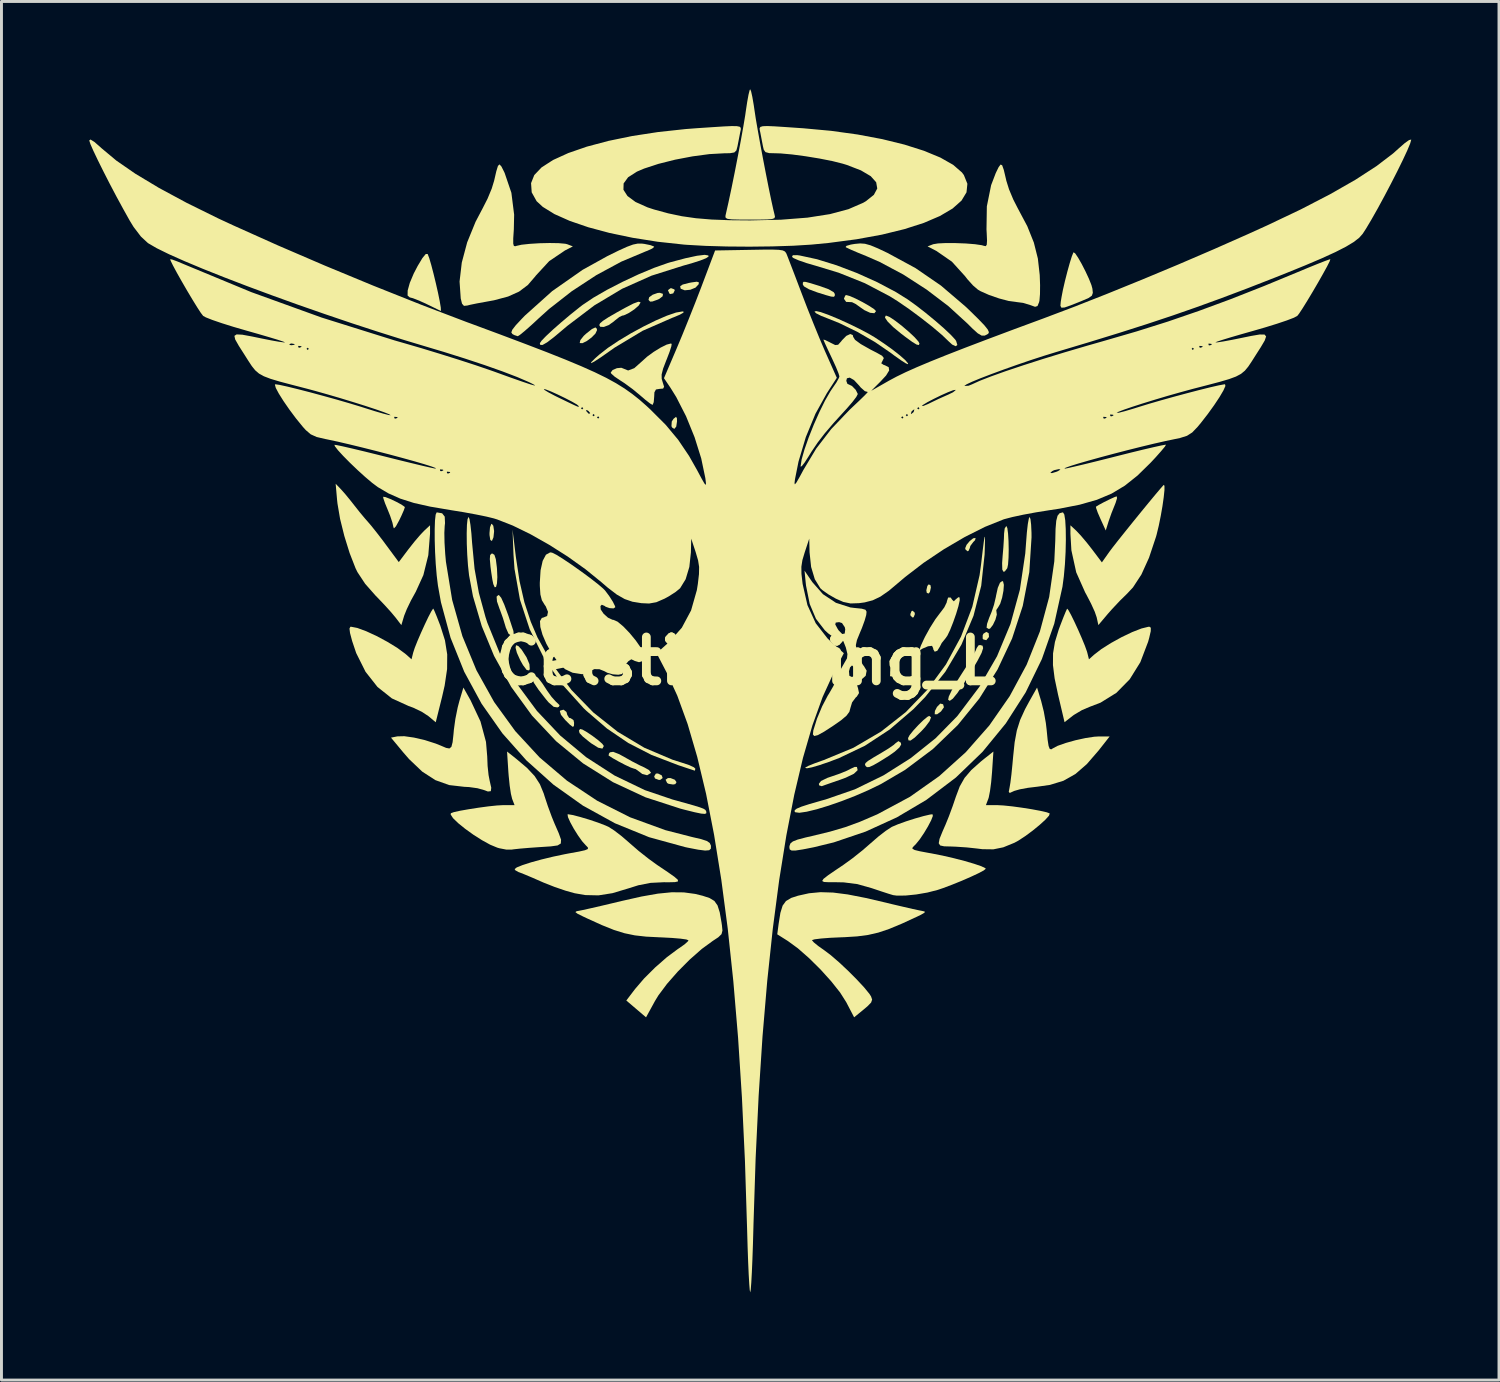
<source format=kicad_pcb>
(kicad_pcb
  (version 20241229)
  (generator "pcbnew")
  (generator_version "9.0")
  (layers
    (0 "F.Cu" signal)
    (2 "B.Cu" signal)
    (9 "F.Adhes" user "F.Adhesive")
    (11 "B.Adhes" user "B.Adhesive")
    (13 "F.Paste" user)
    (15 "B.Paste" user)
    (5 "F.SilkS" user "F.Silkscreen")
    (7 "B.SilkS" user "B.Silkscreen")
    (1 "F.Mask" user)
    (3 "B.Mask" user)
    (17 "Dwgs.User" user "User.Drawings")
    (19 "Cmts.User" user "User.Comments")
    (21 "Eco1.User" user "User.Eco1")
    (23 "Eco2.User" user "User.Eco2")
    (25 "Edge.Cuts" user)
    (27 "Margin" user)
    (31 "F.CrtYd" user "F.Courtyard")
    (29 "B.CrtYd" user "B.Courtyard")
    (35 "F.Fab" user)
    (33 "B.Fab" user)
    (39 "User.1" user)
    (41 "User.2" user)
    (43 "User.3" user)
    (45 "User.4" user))
  (footprint "CelstialBeing_L"
    (layer "F.Cu")
    (at 22.43 19.538)
    (property "Reference" "CelstialBeing_L" (at 0 0 0) (layer "F.SilkS") (effects (font (size 1.5 1.5) (thickness 0.3))))
    (attr board_only exclude_from_pos_files exclude_from_bom)
    (fp_poly (pts (xy -2.866 3.909) (xy -2.836 3.999) (xy -2.917 4.06) (xy -2.963 4.064) (xy -3.098 4.014) (xy -3.126 3.941) (xy -3.068 3.847) (xy -2.996 3.843)) (stroke (width 0) (type solid)) (fill yes) (layer "F.SilkS"))
    (fp_poly (pts (xy -2.436 -12.699) (xy -2.423 -12.666) (xy -2.474 -12.563) (xy -2.575 -12.539) (xy -2.607 -12.559) (xy -2.655 -12.672) (xy -2.571 -12.737) (xy -2.54 -12.739)) (stroke (width 0) (type solid)) (fill yes) (layer "F.SilkS"))
    (fp_poly (pts (xy 5.775 -1.656) (xy 5.783 -1.602) (xy 5.741 -1.498) (xy 5.705 -1.485) (xy 5.636 -1.548) (xy 5.627 -1.602) (xy 5.669 -1.706) (xy 5.705 -1.719)) (stroke (width 0) (type solid)) (fill yes) (layer "F.SilkS"))
    (fp_poly (pts (xy 6.314 -2.595) (xy 6.33 -2.51) (xy 6.296 -2.359) (xy 6.252 -2.306) (xy 6.19 -2.329) (xy 6.174 -2.414) (xy 6.209 -2.565) (xy 6.252 -2.618)) (stroke (width 0) (type solid)) (fill yes) (layer "F.SilkS"))
    (fp_poly (pts (xy -2.566 4) (xy -2.422 4.056) (xy -2.362 4.14) (xy -2.404 4.207) (xy -2.481 4.22) (xy -2.633 4.196) (xy -2.683 4.168) (xy -2.736 4.057) (xy -2.656 3.999)) (stroke (width 0) (type solid)) (fill yes) (layer "F.SilkS"))
    (fp_poly (pts (xy -2.348 -8.292) (xy -2.345 -8.188) (xy -2.372 -8.01) (xy -2.437 -7.932) (xy -2.511 -7.977) (xy -2.535 -8.025) (xy -2.525 -8.184) (xy -2.465 -8.276) (xy -2.378 -8.345)) (stroke (width 0) (type solid)) (fill yes) (layer "F.SilkS"))
    (fp_poly (pts (xy 8.305 -0.949) (xy 8.315 -0.829) (xy 8.312 -0.818) (xy 8.223 -0.712) (xy 8.12 -0.738) (xy 8.099 -0.766) (xy 8.1 -0.879) (xy 8.124 -0.932) (xy 8.22 -0.996)) (stroke (width 0) (type solid)) (fill yes) (layer "F.SilkS"))
    (fp_poly (pts (xy 6.744 1.477) (xy 6.747 1.479) (xy 6.776 1.58) (xy 6.677 1.72) (xy 6.669 1.728) (xy 6.542 1.821) (xy 6.461 1.819) (xy 6.46 1.818) (xy 6.467 1.707) (xy 6.538 1.569) (xy 6.651 1.454)) (stroke (width 0) (type solid)) (fill yes) (layer "F.SilkS"))
    (fp_poly (pts (xy -8.623 -4.621) (xy -8.597 -4.452) (xy -8.597 -4.42) (xy -8.618 -4.226) (xy -8.668 -4.108) (xy -8.675 -4.103) (xy -8.726 -4.138) (xy -8.752 -4.303) (xy -8.753 -4.372) (xy -8.736 -4.569) (xy -8.693 -4.68) (xy -8.675 -4.689)) (stroke (width 0) (type solid)) (fill yes) (layer "F.SilkS"))
    (fp_poly (pts (xy -7.768 -0.512) (xy -7.656 -0.39) (xy -7.487 -0.127) (xy -7.389 0.107) (xy -7.377 0.277) (xy -7.402 0.321) (xy -7.483 0.306) (xy -7.608 0.141) (xy -7.704 -0.03) (xy -7.817 -0.28) (xy -7.863 -0.456) (xy -7.846 -0.54)) (stroke (width 0) (type solid)) (fill yes) (layer "F.SilkS"))
    (fp_poly (pts (xy -2.826 -12.547) (xy -2.836 -12.465) (xy -2.955 -12.372) (xy -3.014 -12.346) (xy -3.184 -12.286) (xy -3.264 -12.281) (xy -3.311 -12.331) (xy -3.319 -12.344) (xy -3.297 -12.43) (xy -3.176 -12.518) (xy -3.01 -12.576) (xy -2.936 -12.583)) (stroke (width 0) (type solid)) (fill yes) (layer "F.SilkS"))
    (fp_poly (pts (xy -1.597 -12.938) (xy -1.607 -12.873) (xy -1.714 -12.759) (xy -1.894 -12.686) (xy -2.082 -12.668) (xy -2.214 -12.72) (xy -2.224 -12.734) (xy -2.237 -12.808) (xy -2.151 -12.865) (xy -1.942 -12.919) (xy -1.855 -12.936) (xy -1.667 -12.962)) (stroke (width 0) (type solid)) (fill yes) (layer "F.SilkS"))
    (fp_poly (pts (xy -5.084 -11.354) (xy -5.08 -11.303) (xy -5.133 -11.19) (xy -5.264 -11.056) (xy -5.426 -10.936) (xy -5.576 -10.861) (xy -5.667 -10.865) (xy -5.67 -10.87) (xy -5.648 -10.967) (xy -5.532 -11.112) (xy -5.46 -11.179) (xy -5.253 -11.344) (xy -5.134 -11.4)) (stroke (width 0) (type solid)) (fill yes) (layer "F.SilkS"))
    (fp_poly (pts (xy 7.857 -4.205) (xy 7.84 -4.13) (xy 7.778 -4.066) (xy 7.678 -3.932) (xy 7.659 -3.859) (xy 7.614 -3.761) (xy 7.581 -3.751) (xy 7.51 -3.814) (xy 7.503 -3.857) (xy 7.549 -3.97) (xy 7.656 -4.098) (xy 7.775 -4.193) (xy 7.856 -4.206)) (stroke (width 0) (type solid)) (fill yes) (layer "F.SilkS"))
    (fp_poly (pts (xy -6.123 1.74) (xy -6.096 1.841) (xy -6.033 1.941) (xy -5.979 1.954) (xy -5.883 2.019) (xy -5.862 2.11) (xy -5.869 2.225) (xy -5.909 2.249) (xy -6.007 2.174) (xy -6.165 2.017) (xy -6.31 1.839) (xy -6.349 1.717) (xy -6.338 1.695) (xy -6.223 1.662)) (stroke (width 0) (type solid)) (fill yes) (layer "F.SilkS"))
    (fp_poly (pts (xy -5.578 2.342) (xy -5.421 2.432) (xy -5.228 2.563) (xy -5.039 2.705) (xy -4.898 2.83) (xy -4.846 2.904) (xy -4.895 2.993) (xy -5.039 2.962) (xy -5.276 2.813) (xy -5.343 2.762) (xy -5.565 2.581) (xy -5.676 2.463) (xy -5.696 2.38) (xy -5.658 2.323)) (stroke (width 0) (type solid)) (fill yes) (layer "F.SilkS"))
    (fp_poly (pts (xy 5.126 -0.306) (xy 5.137 -0.173) (xy 5.135 0.033) (xy 5.108 0.339) (xy 5.05 0.501) (xy 5.01 0.532) (xy 4.933 0.518) (xy 4.941 0.41) (xy 4.947 0.231) (xy 4.918 0.147) (xy 4.91 0.002) (xy 4.957 -0.076) (xy 5.068 -0.236) (xy 5.105 -0.313)) (stroke (width 0) (type solid)) (fill yes) (layer "F.SilkS"))
    (fp_poly (pts (xy 6.335 1.924) (xy 6.285 2.057) (xy 6.134 2.257) (xy 6.002 2.4) (xy 5.776 2.617) (xy 5.635 2.718) (xy 5.564 2.711) (xy 5.549 2.634) (xy 5.601 2.535) (xy 5.732 2.372) (xy 5.903 2.186) (xy 6.078 2.016) (xy 6.218 1.902) (xy 6.275 1.876)) (stroke (width 0) (type solid)) (fill yes) (layer "F.SilkS"))
    (fp_poly (pts (xy -8.586 -3.629) (xy -8.537 -3.48) (xy -8.502 -3.203) (xy -8.497 -3.146) (xy -8.485 -2.865) (xy -8.498 -2.652) (xy -8.53 -2.53) (xy -8.576 -2.521) (xy -8.624 -2.63) (xy -8.656 -2.786) (xy -8.694 -3.033) (xy -8.719 -3.224) (xy -8.742 -3.482) (xy -8.731 -3.62) (xy -8.683 -3.67) (xy -8.656 -3.673)) (stroke (width 0) (type solid)) (fill yes) (layer "F.SilkS"))
    (fp_poly (pts (xy -8.427 -2.249) (xy -8.352 -2.158) (xy -8.246 -1.923) (xy -8.105 -1.541) (xy -7.935 -1.023) (xy -7.925 -0.892) (xy -8.002 -0.86) (xy -8.104 -0.934) (xy -8.195 -1.14) (xy -8.21 -1.192) (xy -8.295 -1.471) (xy -8.391 -1.737) (xy -8.409 -1.781) (xy -8.497 -2.034) (xy -8.511 -2.199) (xy -8.451 -2.254)) (stroke (width 0) (type solid)) (fill yes) (layer "F.SilkS"))
    (fp_poly (pts (xy 12.691 -5.564) (xy 12.643 -5.407) (xy 12.614 -5.334) (xy 12.502 -5.055) (xy 12.402 -4.772) (xy 12.396 -4.751) (xy 12.305 -4.461) (xy 12.125 -4.855) (xy 12.03 -5.074) (xy 11.976 -5.228) (xy 11.97 -5.273) (xy 12.069 -5.335) (xy 12.246 -5.43) (xy 12.444 -5.528) (xy 12.609 -5.603) (xy 12.68 -5.627)) (stroke (width 0) (type solid)) (fill yes) (layer "F.SilkS"))
    (fp_poly (pts (xy 4.925 -11.752) (xy 5.115 -11.625) (xy 5.342 -11.449) (xy 5.573 -11.252) (xy 5.772 -11.066) (xy 5.904 -10.917) (xy 5.94 -10.848) (xy 5.919 -10.798) (xy 5.843 -10.813) (xy 5.693 -10.904) (xy 5.451 -11.081) (xy 5.314 -11.186) (xy 5.04 -11.412) (xy 4.852 -11.6) (xy 4.761 -11.734) (xy 4.782 -11.798) (xy 4.808 -11.801)) (stroke (width 0) (type solid)) (fill yes) (layer "F.SilkS"))
    (fp_poly (pts (xy -12.306 -5.601) (xy -12.141 -5.536) (xy -11.943 -5.443) (xy -11.764 -5.347) (xy -11.657 -5.272) (xy -11.646 -5.254) (xy -11.678 -5.158) (xy -11.761 -4.969) (xy -11.839 -4.806) (xy -11.951 -4.602) (xy -12.018 -4.532) (xy -12.036 -4.572) (xy -12.07 -4.727) (xy -12.149 -4.964) (xy -12.227 -5.158) (xy -12.322 -5.389) (xy -12.379 -5.555) (xy -12.388 -5.613)) (stroke (width 0) (type solid)) (fill yes) (layer "F.SilkS"))
    (fp_poly (pts (xy -7.092 0.576) (xy -6.953 0.756) (xy -6.782 1.016) (xy -6.632 1.225) (xy -6.483 1.391) (xy -6.457 1.413) (xy -6.358 1.51) (xy -6.381 1.563) (xy -6.433 1.586) (xy -6.56 1.565) (xy -6.733 1.414) (xy -6.825 1.306) (xy -7.081 0.976) (xy -7.236 0.745) (xy -7.299 0.596) (xy -7.277 0.515) (xy -7.267 0.507) (xy -7.191 0.5)) (stroke (width 0) (type solid)) (fill yes) (layer "F.SilkS"))
    (fp_poly (pts (xy 2.056 -12.954) (xy 2.218 -12.911) (xy 2.496 -12.825) (xy 2.532 -12.814) (xy 2.836 -12.704) (xy 3.01 -12.602) (xy 3.048 -12.541) (xy 3.044 -12.475) (xy 3.012 -12.446) (xy 2.921 -12.454) (xy 2.742 -12.504) (xy 2.444 -12.597) (xy 2.442 -12.598) (xy 2.165 -12.702) (xy 1.995 -12.801) (xy 1.954 -12.863) (xy 1.955 -12.928) (xy 1.979 -12.959)) (stroke (width 0) (type solid)) (fill yes) (layer "F.SilkS"))
    (fp_poly (pts (xy 3.803 3.62) (xy 3.827 3.73) (xy 3.698 3.853) (xy 3.417 3.988) (xy 3.235 4.055) (xy 2.957 4.151) (xy 2.731 4.23) (xy 2.604 4.276) (xy 2.6 4.277) (xy 2.514 4.251) (xy 2.501 4.197) (xy 2.576 4.099) (xy 2.794 3.993) (xy 2.95 3.94) (xy 3.227 3.844) (xy 3.467 3.745) (xy 3.578 3.687) (xy 3.724 3.619)) (stroke (width 0) (type solid)) (fill yes) (layer "F.SilkS"))
    (fp_poly (pts (xy 8.943 -4.54) (xy 8.967 -4.354) (xy 8.983 -4.095) (xy 8.989 -3.805) (xy 8.983 -3.525) (xy 8.966 -3.297) (xy 8.94 -3.172) (xy 8.858 -3.064) (xy 8.812 -3.048) (xy 8.77 -3.123) (xy 8.764 -3.344) (xy 8.78 -3.576) (xy 8.807 -3.891) (xy 8.825 -4.181) (xy 8.831 -4.357) (xy 8.852 -4.53) (xy 8.904 -4.61) (xy 8.91 -4.611)) (stroke (width 0) (type solid)) (fill yes) (layer "F.SilkS"))
    (fp_poly (pts (xy 3.565 -12.47) (xy 3.765 -12.382) (xy 3.997 -12.263) (xy 4.218 -12.137) (xy 4.385 -12.028) (xy 4.455 -11.958) (xy 4.455 -11.956) (xy 4.398 -11.885) (xy 4.254 -11.899) (xy 4.059 -11.989) (xy 3.932 -12.077) (xy 3.761 -12.199) (xy 3.639 -12.26) (xy 3.62 -12.263) (xy 3.434 -12.272) (xy 3.361 -12.375) (xy 3.361 -12.387) (xy 3.404 -12.491) (xy 3.441 -12.505)) (stroke (width 0) (type solid)) (fill yes) (layer "F.SilkS"))
    (fp_poly (pts (xy 8.097 -0.523) (xy 8.115 -0.439) (xy 8.062 -0.277) (xy 7.93 -0.021) (xy 7.733 0.318) (xy 7.453 0.772) (xy 7.237 1.093) (xy 7.079 1.287) (xy 6.975 1.361) (xy 6.919 1.323) (xy 6.942 1.212) (xy 7.043 1) (xy 7.208 0.712) (xy 7.384 0.435) (xy 7.584 0.124) (xy 7.747 -0.147) (xy 7.856 -0.346) (xy 7.894 -0.442) (xy 7.956 -0.535) (xy 8.011 -0.547)) (stroke (width 0) (type solid)) (fill yes) (layer "F.SilkS"))
    (fp_poly (pts (xy -3.599 -12.262) (xy -3.595 -12.243) (xy -3.657 -12.144) (xy -3.807 -12.014) (xy -3.992 -11.892) (xy -4.16 -11.813) (xy -4.221 -11.801) (xy -4.319 -11.753) (xy -4.472 -11.633) (xy -4.501 -11.606) (xy -4.678 -11.48) (xy -4.849 -11.415) (xy -4.97 -11.422) (xy -5.002 -11.48) (xy -4.974 -11.541) (xy -4.876 -11.625) (xy -4.69 -11.746) (xy -4.396 -11.916) (xy -4.123 -12.067) (xy -3.839 -12.214) (xy -3.669 -12.277)) (stroke (width 0) (type solid)) (fill yes) (layer "F.SilkS"))
    (fp_poly (pts (xy 5.302 2.79) (xy 5.314 2.854) (xy 5.253 2.955) (xy 5.092 3.1) (xy 4.904 3.233) (xy 4.58 3.436) (xy 4.361 3.562) (xy 4.223 3.623) (xy 4.144 3.627) (xy 4.098 3.587) (xy 4.098 3.587) (xy 4.077 3.536) (xy 4.098 3.484) (xy 4.184 3.412) (xy 4.359 3.302) (xy 4.645 3.134) (xy 4.668 3.12) (xy 4.893 2.982) (xy 5.06 2.866) (xy 5.122 2.809) (xy 5.221 2.737)) (stroke (width 0) (type solid)) (fill yes) (layer "F.SilkS"))
    (fp_poly (pts (xy -4.324 3.182) (xy -4.148 3.279) (xy -3.872 3.434) (xy -3.603 3.572) (xy -3.467 3.634) (xy -3.304 3.725) (xy -3.238 3.81) (xy -3.242 3.828) (xy -3.366 3.903) (xy -3.533 3.86) (xy -3.623 3.79) (xy -3.758 3.694) (xy -3.83 3.673) (xy -3.931 3.638) (xy -4.118 3.55) (xy -4.338 3.435) (xy -4.543 3.32) (xy -4.681 3.23) (xy -4.684 3.228) (xy -4.67 3.16) (xy -4.637 3.12) (xy -4.528 3.103)) (stroke (width 0) (type solid)) (fill yes) (layer "F.SilkS"))
    (fp_poly (pts (xy -2.124 -11.941) (xy -2.125 -11.905) (xy -2.248 -11.835) (xy -2.467 -11.743) (xy -2.501 -11.731) (xy -3.52 -11.285) (xy -4.484 -10.705) (xy -4.635 -10.598) (xy -4.96 -10.37) (xy -5.178 -10.229) (xy -5.284 -10.176) (xy -5.275 -10.213) (xy -5.147 -10.341) (xy -5.002 -10.47) (xy -4.702 -10.704) (xy -4.332 -10.951) (xy -3.918 -11.199) (xy -3.488 -11.432) (xy -3.069 -11.638) (xy -2.691 -11.801) (xy -2.379 -11.908) (xy -2.161 -11.945)) (stroke (width 0) (type solid)) (fill yes) (layer "F.SilkS"))
    (fp_poly (pts (xy 8.797 -2.717) (xy 8.824 -2.602) (xy 8.809 -2.399) (xy 8.764 -2.164) (xy 8.699 -1.958) (xy 8.635 -1.847) (xy 8.564 -1.74) (xy 8.569 -1.695) (xy 8.583 -1.587) (xy 8.535 -1.413) (xy 8.45 -1.234) (xy 8.356 -1.113) (xy 8.312 -1.094) (xy 8.233 -1.138) (xy 8.249 -1.27) (xy 8.319 -1.471) (xy 8.405 -1.68) (xy 8.486 -1.92) (xy 8.551 -2.196) (xy 8.556 -2.229) (xy 8.616 -2.501) (xy 8.691 -2.677) (xy 8.769 -2.733)) (stroke (width 0) (type solid)) (fill yes) (layer "F.SilkS"))
    (fp_poly (pts (xy -10.864 -13.903) (xy -10.811 -13.764) (xy -10.742 -13.528) (xy -10.664 -13.23) (xy -10.585 -12.903) (xy -10.512 -12.58) (xy -10.454 -12.295) (xy -10.418 -12.081) (xy -10.412 -11.971) (xy -10.419 -11.964) (xy -10.491 -11.998) (xy -10.665 -12.083) (xy -10.902 -12.198) (xy -11.158 -12.315) (xy -11.368 -12.397) (xy -11.479 -12.426) (xy -11.552 -12.489) (xy -11.549 -12.662) (xy -11.477 -12.921) (xy -11.342 -13.242) (xy -11.209 -13.497) (xy -11.044 -13.772) (xy -10.932 -13.907) (xy -10.867 -13.909)) (stroke (width 0) (type solid)) (fill yes) (layer "F.SilkS"))
    (fp_poly (pts (xy 2.566 -11.923) (xy 2.826 -11.83) (xy 3.155 -11.694) (xy 3.517 -11.53) (xy 3.878 -11.355) (xy 4.203 -11.183) (xy 4.405 -11.064) (xy 4.726 -10.851) (xy 5.025 -10.637) (xy 5.278 -10.438) (xy 5.46 -10.276) (xy 5.549 -10.17) (xy 5.549 -10.142) (xy 5.474 -10.171) (xy 5.306 -10.278) (xy 5.076 -10.441) (xy 4.963 -10.526) (xy 4.429 -10.893) (xy 3.826 -11.243) (xy 3.219 -11.539) (xy 2.853 -11.687) (xy 2.581 -11.794) (xy 2.408 -11.882) (xy 2.35 -11.94) (xy 2.408 -11.958)) (stroke (width 0) (type solid)) (fill yes) (layer "F.SilkS"))
    (fp_poly (pts (xy 11.261 -13.929) (xy 11.36 -13.783) (xy 11.484 -13.566) (xy 11.613 -13.314) (xy 11.73 -13.062) (xy 11.816 -12.846) (xy 11.849 -12.724) (xy 11.864 -12.58) (xy 11.831 -12.485) (xy 11.72 -12.406) (xy 11.501 -12.311) (xy 11.435 -12.284) (xy 11.106 -12.153) (xy 10.9 -12.081) (xy 10.791 -12.073) (xy 10.756 -12.137) (xy 10.768 -12.277) (xy 10.795 -12.44) (xy 10.842 -12.685) (xy 10.912 -12.988) (xy 10.993 -13.306) (xy 11.075 -13.601) (xy 11.147 -13.831) (xy 11.199 -13.958) (xy 11.205 -13.967)) (stroke (width 0) (type solid)) (fill yes) (layer "F.SilkS"))
    (fp_poly (pts (xy -3.458 -14.253) (xy -3.256 -14.212) (xy -3.138 -14.167) (xy -3.126 -14.151) (xy -3.192 -14.095) (xy -3.357 -14.019) (xy -3.419 -13.996) (xy -4.249 -13.647) (xy -5.104 -13.185) (xy -5.942 -12.636) (xy -6.72 -12.028) (xy -7.061 -11.72) (xy -7.326 -11.475) (xy -7.553 -11.275) (xy -7.715 -11.143) (xy -7.787 -11.099) (xy -7.906 -11.138) (xy -7.972 -11.175) (xy -8.007 -11.229) (xy -7.973 -11.322) (xy -7.856 -11.473) (xy -7.641 -11.703) (xy -7.542 -11.805) (xy -6.609 -12.642) (xy -5.569 -13.369) (xy -4.728 -13.835) (xy -4.338 -14.027) (xy -4.055 -14.155) (xy -3.849 -14.231) (xy -3.689 -14.264) (xy -3.545 -14.264)) (stroke (width 0) (type solid)) (fill yes) (layer "F.SilkS"))
    (fp_poly (pts (xy 4.078 -14.258) (xy 4.267 -14.205) (xy 4.518 -14.101) (xy 4.846 -13.946) (xy 5.805 -13.426) (xy 6.675 -12.828) (xy 7.508 -12.117) (xy 7.633 -11.999) (xy 7.945 -11.693) (xy 8.154 -11.476) (xy 8.272 -11.329) (xy 8.313 -11.237) (xy 8.29 -11.184) (xy 8.284 -11.18) (xy 8.171 -11.12) (xy 8.063 -11.121) (xy 7.931 -11.198) (xy 7.744 -11.367) (xy 7.578 -11.533) (xy 6.931 -12.124) (xy 6.183 -12.693) (xy 5.385 -13.208) (xy 4.583 -13.635) (xy 4.129 -13.834) (xy 3.832 -13.955) (xy 3.59 -14.059) (xy 3.441 -14.13) (xy 3.415 -14.147) (xy 3.446 -14.187) (xy 3.596 -14.231) (xy 3.727 -14.253) (xy 3.912 -14.27)) (stroke (width 0) (type solid)) (fill yes) (layer "F.SilkS"))
    (fp_poly (pts (xy -7.853 -3.563) (xy -7.727 -2.731) (xy -7.561 -2.006) (xy -7.342 -1.34) (xy -7.113 -0.804) (xy -6.592 0.132) (xy -5.951 0.991) (xy -5.204 1.759) (xy -4.369 2.421) (xy -3.461 2.964) (xy -2.498 3.373) (xy -2.169 3.477) (xy -1.93 3.556) (xy -1.768 3.632) (xy -1.719 3.679) (xy -1.735 3.746) (xy -1.739 3.746) (xy -1.817 3.721) (xy -2.005 3.659) (xy -2.265 3.572) (xy -2.307 3.558) (xy -3.214 3.21) (xy -4.011 2.801) (xy -4.739 2.307) (xy -5.443 1.701) (xy -5.537 1.611) (xy -6.286 0.78) (xy -6.902 -0.122) (xy -7.379 -1.084) (xy -7.712 -2.096) (xy -7.899 -3.149) (xy -7.933 -3.634) (xy -7.966 -4.494)) (stroke (width 0) (type solid)) (fill yes) (layer "F.SilkS"))
    (fp_poly (pts (xy -1.275 -13.859) (xy -1.267 -13.822) (xy -1.351 -13.765) (xy -1.555 -13.684) (xy -1.846 -13.591) (xy -2.128 -13.512) (xy -3.216 -13.168) (xy -4.219 -12.721) (xy -5.168 -12.154) (xy -6.096 -11.45) (xy -6.215 -11.349) (xy -6.551 -11.067) (xy -6.788 -10.887) (xy -6.939 -10.801) (xy -7.016 -10.8) (xy -7.034 -10.858) (xy -6.976 -10.944) (xy -6.82 -11.106) (xy -6.588 -11.322) (xy -6.304 -11.572) (xy -5.992 -11.835) (xy -5.675 -12.089) (xy -5.572 -12.168) (xy -5.209 -12.412) (xy -4.741 -12.682) (xy -4.209 -12.956) (xy -3.657 -13.215) (xy -3.127 -13.436) (xy -2.662 -13.6) (xy -2.579 -13.625) (xy -2.059 -13.763) (xy -1.664 -13.848) (xy -1.401 -13.88)) (stroke (width 0) (type solid)) (fill yes) (layer "F.SilkS"))
    (fp_poly (pts (xy 1.851 -13.857) (xy 2.441 -13.729) (xy 3.109 -13.522) (xy 3.809 -13.255) (xy 4.497 -12.945) (xy 5.128 -12.611) (xy 5.535 -12.358) (xy 5.831 -12.145) (xy 6.155 -11.893) (xy 6.479 -11.627) (xy 6.773 -11.371) (xy 7.009 -11.148) (xy 7.161 -10.984) (xy 7.192 -10.938) (xy 7.234 -10.799) (xy 7.179 -10.757) (xy 7.056 -10.814) (xy 6.948 -10.913) (xy 6.71 -11.141) (xy 6.377 -11.423) (xy 5.988 -11.728) (xy 5.581 -12.029) (xy 5.193 -12.296) (xy 4.924 -12.464) (xy 4.072 -12.911) (xy 3.181 -13.268) (xy 2.414 -13.501) (xy 2.082 -13.598) (xy 1.812 -13.691) (xy 1.635 -13.769) (xy 1.584 -13.81) (xy 1.612 -13.867) (xy 1.764 -13.869)) (stroke (width 0) (type solid)) (fill yes) (layer "F.SilkS"))
    (fp_poly (pts (xy 7.311 -2.171) (xy 7.315 -2.074) (xy 7.271 -1.874) (xy 7.192 -1.612) (xy 7.093 -1.33) (xy 6.989 -1.067) (xy 6.893 -0.866) (xy 6.826 -0.771) (xy 6.701 -0.617) (xy 6.637 -0.492) (xy 6.55 -0.351) (xy 6.461 -0.318) (xy 6.41 -0.402) (xy 6.409 -0.435) (xy 6.369 -0.519) (xy 6.233 -0.504) (xy 6.048 -0.426) (xy 5.956 -0.369) (xy 5.941 -0.394) (xy 5.99 -0.53) (xy 6.091 -0.75) (xy 6.133 -0.835) (xy 6.302 -1.141) (xy 6.483 -1.428) (xy 6.638 -1.635) (xy 6.644 -1.642) (xy 6.788 -1.833) (xy 6.87 -2.001) (xy 6.878 -2.046) (xy 6.919 -2.17) (xy 7.005 -2.17) (xy 7.06 -2.091) (xy 7.114 -2.04) (xy 7.18 -2.108) (xy 7.27 -2.181)) (stroke (width 0) (type solid)) (fill yes) (layer "F.SilkS"))
    (fp_poly (pts (xy 8.179 -4.131) (xy 8.173 -3.879) (xy 8.165 -3.634) (xy 8.05 -2.572) (xy 7.786 -1.545) (xy 7.375 -0.563) (xy 6.824 0.366) (xy 6.134 1.231) (xy 5.73 1.647) (xy 4.92 2.341) (xy 4.073 2.896) (xy 3.194 3.315) (xy 2.839 3.45) (xy 2.521 3.558) (xy 2.265 3.633) (xy 2.095 3.666) (xy 2.036 3.652) (xy 2.048 3.634) (xy 2.145 3.582) (xy 2.349 3.499) (xy 2.618 3.402) (xy 2.658 3.389) (xy 3.684 2.964) (xy 4.624 2.413) (xy 5.47 1.748) (xy 6.213 0.978) (xy 6.846 0.114) (xy 7.359 -0.833) (xy 7.745 -1.853) (xy 7.994 -2.935) (xy 8.044 -3.298) (xy 8.098 -3.758) (xy 8.137 -4.067) (xy 8.162 -4.229) (xy 8.176 -4.249)) (stroke (width 0) (type solid)) (fill yes) (layer "F.SilkS"))
    (fp_poly (pts (xy -9.398 1.346) (xy -9.061 2.065) (xy -8.873 2.764) (xy -8.831 3.26) (xy -8.818 3.587) (xy -8.785 3.897) (xy -8.748 4.088) (xy -8.693 4.331) (xy -8.708 4.447) (xy -8.807 4.459) (xy -8.949 4.407) (xy -9.164 4.347) (xy -9.452 4.307) (xy -9.613 4.299) (xy -10.131 4.239) (xy -10.603 4.07) (xy -11.052 3.779) (xy -11.5 3.353) (xy -11.694 3.13) (xy -12.119 2.618) (xy -11.902 2.575) (xy -11.665 2.569) (xy -11.334 2.616) (xy -10.96 2.703) (xy -10.591 2.821) (xy -10.417 2.891) (xy -10.237 2.968) (xy -10.123 2.989) (xy -10.055 2.932) (xy -10.014 2.774) (xy -9.983 2.493) (xy -9.97 2.345) (xy -9.919 1.978) (xy -9.84 1.586) (xy -9.784 1.372) (xy -9.645 0.907)) (stroke (width 0) (type solid)) (fill yes) (layer "F.SilkS"))
    (fp_poly (pts (xy 0.186 -19.467) (xy 0.229 -19.273) (xy 0.277 -18.993) (xy 0.303 -18.816) (xy 0.346 -18.532) (xy 0.413 -18.144) (xy 0.496 -17.682) (xy 0.59 -17.18) (xy 0.688 -16.672) (xy 0.783 -16.191) (xy 0.87 -15.77) (xy 0.942 -15.441) (xy 0.986 -15.26) (xy 1.002 -15.183) (xy 0.983 -15.133) (xy 0.903 -15.104) (xy 0.738 -15.089) (xy 0.461 -15.084) (xy 0.156 -15.084) (xy -0.223 -15.085) (xy -0.472 -15.091) (xy -0.617 -15.109) (xy -0.681 -15.143) (xy -0.692 -15.199) (xy -0.68 -15.26) (xy -0.589 -15.663) (xy -0.484 -16.156) (xy -0.374 -16.699) (xy -0.265 -17.257) (xy -0.164 -17.791) (xy -0.079 -18.265) (xy -0.016 -18.641) (xy 0.003 -18.776) (xy 0.052 -19.099) (xy 0.098 -19.354) (xy 0.137 -19.508) (xy 0.155 -19.538)) (stroke (width 0) (type solid)) (fill yes) (layer "F.SilkS"))
    (fp_poly (pts (xy 10.099 1.372) (xy 10.187 1.722) (xy 10.258 2.117) (xy 10.285 2.345) (xy 10.319 2.691) (xy 10.352 2.903) (xy 10.392 3.005) (xy 10.445 3.018) (xy 10.493 2.987) (xy 10.661 2.898) (xy 10.936 2.801) (xy 11.268 2.708) (xy 11.61 2.633) (xy 11.912 2.587) (xy 12.049 2.579) (xy 12.437 2.579) (xy 12.063 3.055) (xy 11.658 3.523) (xy 11.267 3.862) (xy 10.859 4.092) (xy 10.399 4.233) (xy 9.972 4.294) (xy 9.648 4.333) (xy 9.365 4.385) (xy 9.175 4.44) (xy 9.152 4.451) (xy 9.024 4.509) (xy 8.991 4.469) (xy 9.018 4.326) (xy 9.047 4.155) (xy 9.082 3.873) (xy 9.117 3.525) (xy 9.139 3.282) (xy 9.192 2.776) (xy 9.267 2.371) (xy 9.38 2.013) (xy 9.547 1.647) (xy 9.699 1.366) (xy 9.958 0.907)) (stroke (width 0) (type solid)) (fill yes) (layer "F.SilkS"))
    (fp_poly (pts (xy -13.832 -5.872) (xy -13.682 -5.703) (xy -13.493 -5.472) (xy -13.38 -5.328) (xy -13.19 -5.088) (xy -13.006 -4.867) (xy -12.921 -4.771) (xy -12.791 -4.619) (xy -12.602 -4.382) (xy -12.386 -4.101) (xy -12.294 -3.976) (xy -11.853 -3.381) (xy -11.522 -3.82) (xy -11.321 -4.075) (xy -11.124 -4.306) (xy -10.988 -4.449) (xy -10.785 -4.638) (xy -10.785 -4.354) (xy -10.844 -3.617) (xy -11.013 -2.936) (xy -11.272 -2.367) (xy -11.438 -2.066) (xy -11.58 -1.771) (xy -11.671 -1.544) (xy -11.674 -1.532) (xy -11.765 -1.227) (xy -11.969 -1.493) (xy -12.122 -1.675) (xy -12.344 -1.92) (xy -12.594 -2.182) (xy -12.653 -2.242) (xy -13.004 -2.641) (xy -13.265 -3.037) (xy -13.33 -3.169) (xy -13.533 -3.69) (xy -13.714 -4.273) (xy -13.859 -4.858) (xy -13.948 -5.382) (xy -13.961 -5.5) (xy -14.01 -6.057)) (stroke (width 0) (type solid)) (fill yes) (layer "F.SilkS"))
    (fp_poly (pts (xy -10.632 -1.706) (xy -10.553 -1.515) (xy -10.452 -1.255) (xy -10.435 -1.211) (xy -10.275 -0.706) (xy -10.198 -0.225) (xy -10.202 0.276) (xy -10.286 0.841) (xy -10.373 1.222) (xy -10.59 2.093) (xy -10.843 1.881) (xy -11.069 1.734) (xy -11.361 1.594) (xy -11.516 1.538) (xy -12.088 1.278) (xy -12.581 0.886) (xy -12.989 0.368) (xy -13.308 -0.271) (xy -13.447 -0.684) (xy -13.519 -0.956) (xy -13.538 -1.109) (xy -13.508 -1.169) (xy -13.486 -1.172) (xy -13.27 -1.13) (xy -12.966 -1.018) (xy -12.611 -0.854) (xy -12.246 -0.658) (xy -11.907 -0.451) (xy -11.635 -0.251) (xy -11.59 -0.213) (xy -11.418 -0.058) (xy -11.362 -0.283) (xy -11.308 -0.449) (xy -11.213 -0.688) (xy -11.093 -0.966) (xy -10.964 -1.25) (xy -10.843 -1.504) (xy -10.743 -1.694) (xy -10.682 -1.787) (xy -10.673 -1.789)) (stroke (width 0) (type solid)) (fill yes) (layer "F.SilkS"))
    (fp_poly (pts (xy -2.528 -10.838) (xy -2.539 -10.755) (xy -2.599 -10.567) (xy -2.696 -10.313) (xy -2.709 -10.283) (xy -2.821 -9.991) (xy -2.871 -9.793) (xy -2.869 -9.642) (xy -2.836 -9.531) (xy -2.787 -9.372) (xy -2.82 -9.31) (xy -2.938 -9.3) (xy -3.065 -9.279) (xy -3.118 -9.183) (xy -3.126 -9.027) (xy -3.141 -8.846) (xy -3.177 -8.757) (xy -3.185 -8.754) (xy -3.27 -8.803) (xy -3.431 -8.929) (xy -3.595 -9.07) (xy -3.857 -9.287) (xy -4.138 -9.493) (xy -4.279 -9.584) (xy -4.471 -9.713) (xy -4.591 -9.82) (xy -4.611 -9.857) (xy -4.546 -9.944) (xy -4.399 -10.007) (xy -4.248 -10.021) (xy -4.185 -9.996) (xy -4.016 -9.928) (xy -3.806 -10.007) (xy -3.552 -10.233) (xy -3.551 -10.233) (xy -3.371 -10.397) (xy -3.144 -10.563) (xy -2.907 -10.709) (xy -2.7 -10.812) (xy -2.559 -10.849)) (stroke (width 0) (type solid)) (fill yes) (layer "F.SilkS"))
    (fp_poly (pts (xy 14.312 -5.989) (xy 14.311 -5.838) (xy 14.286 -5.596) (xy 14.243 -5.293) (xy 14.185 -4.961) (xy 14.118 -4.63) (xy 14.046 -4.331) (xy 14.024 -4.25) (xy 13.784 -3.53) (xy 13.523 -2.955) (xy 13.235 -2.515) (xy 13.035 -2.301) (xy 12.789 -2.06) (xy 12.522 -1.776) (xy 12.376 -1.611) (xy 12.053 -1.228) (xy 11.995 -1.493) (xy 11.929 -1.685) (xy 11.804 -1.959) (xy 11.646 -2.264) (xy 11.601 -2.345) (xy 11.296 -3.031) (xy 11.131 -3.783) (xy 11.098 -4.347) (xy 11.098 -4.638) (xy 11.301 -4.449) (xy 11.453 -4.287) (xy 11.652 -4.052) (xy 11.838 -3.815) (xy 12.173 -3.371) (xy 12.432 -3.737) (xy 12.544 -3.886) (xy 12.729 -4.122) (xy 12.967 -4.42) (xy 13.234 -4.752) (xy 13.511 -5.093) (xy 13.776 -5.416) (xy 14.008 -5.696) (xy 14.185 -5.905) (xy 14.285 -6.018)) (stroke (width 0) (type solid)) (fill yes) (layer "F.SilkS"))
    (fp_poly (pts (xy 11.029 -1.74) (xy 11.117 -1.58) (xy 11.233 -1.344) (xy 11.361 -1.067) (xy 11.485 -0.783) (xy 11.591 -0.526) (xy 11.661 -0.331) (xy 11.675 -0.283) (xy 11.731 -0.058) (xy 11.903 -0.213) (xy 12.157 -0.409) (xy 12.485 -0.616) (xy 12.848 -0.816) (xy 13.208 -0.988) (xy 13.526 -1.112) (xy 13.763 -1.17) (xy 13.798 -1.172) (xy 13.845 -1.138) (xy 13.843 -1.02) (xy 13.79 -0.791) (xy 13.753 -0.658) (xy 13.487 0.041) (xy 13.124 0.624) (xy 12.669 1.087) (xy 12.125 1.424) (xy 11.762 1.563) (xy 11.491 1.678) (xy 11.221 1.839) (xy 11.173 1.874) (xy 10.897 2.09) (xy 10.675 1.148) (xy 10.558 0.593) (xy 10.501 0.138) (xy 10.504 -0.262) (xy 10.569 -0.651) (xy 10.698 -1.073) (xy 10.75 -1.214) (xy 10.853 -1.481) (xy 10.936 -1.684) (xy 10.983 -1.785) (xy 10.986 -1.789)) (stroke (width 0) (type solid)) (fill yes) (layer "F.SilkS"))
    (fp_poly (pts (xy 8.42 3.793) (xy 8.39 4.136) (xy 8.35 4.442) (xy 8.307 4.661) (xy 8.292 4.709) (xy 8.21 4.924) (xy 8.589 4.924) (xy 8.812 4.936) (xy 9.112 4.967) (xy 9.448 5.013) (xy 9.783 5.066) (xy 10.078 5.121) (xy 10.294 5.171) (xy 10.391 5.209) (xy 10.366 5.284) (xy 10.24 5.424) (xy 10.043 5.603) (xy 9.805 5.798) (xy 9.553 5.984) (xy 9.318 6.138) (xy 9.184 6.211) (xy 8.804 6.366) (xy 8.465 6.435) (xy 8.091 6.43) (xy 7.894 6.406) (xy 7.551 6.369) (xy 7.172 6.344) (xy 7.009 6.338) (xy 6.783 6.332) (xy 6.648 6.303) (xy 6.598 6.228) (xy 6.625 6.078) (xy 6.725 5.83) (xy 6.831 5.588) (xy 6.946 5.305) (xy 7.076 4.953) (xy 7.183 4.638) (xy 7.316 4.284) (xy 7.481 3.994) (xy 7.71 3.726) (xy 8.034 3.437) (xy 8.153 3.341) (xy 8.466 3.093)) (stroke (width 0) (type solid)) (fill yes) (layer "F.SilkS"))
    (fp_poly (pts (xy 9.732 -4.851) (xy 9.755 -4.658) (xy 9.768 -4.378) (xy 9.769 -4.226) (xy 9.693 -3.039) (xy 9.469 -1.883) (xy 9.105 -0.77) (xy 8.608 0.288) (xy 7.987 1.279) (xy 7.248 2.189) (xy 6.399 3.007) (xy 5.448 3.72) (xy 4.614 4.209) (xy 4.193 4.413) (xy 3.741 4.609) (xy 3.28 4.788) (xy 2.834 4.943) (xy 2.429 5.066) (xy 2.088 5.149) (xy 1.834 5.186) (xy 1.692 5.167) (xy 1.676 5.151) (xy 1.675 5.1) (xy 1.746 5.044) (xy 1.908 4.976) (xy 2.18 4.888) (xy 2.579 4.773) (xy 2.735 4.73) (xy 3.731 4.385) (xy 4.709 3.908) (xy 5.639 3.32) (xy 6.487 2.642) (xy 7.22 1.895) (xy 7.244 1.867) (xy 7.989 0.879) (xy 8.59 -0.163) (xy 9.049 -1.264) (xy 9.37 -2.433) (xy 9.555 -3.676) (xy 9.583 -4.05) (xy 9.61 -4.398) (xy 9.642 -4.681) (xy 9.676 -4.866) (xy 9.703 -4.924)) (stroke (width 0) (type solid)) (fill yes) (layer "F.SilkS"))
    (fp_poly (pts (xy -8.347 -16.901) (xy -8.257 -16.723) (xy -8.235 -16.676) (xy -8.005 -15.999) (xy -7.911 -15.252) (xy -7.922 -14.744) (xy -7.942 -14.439) (xy -7.942 -14.261) (xy -7.919 -14.182) (xy -7.866 -14.174) (xy -7.833 -14.186) (xy -7.66 -14.225) (xy -7.382 -14.255) (xy -7.047 -14.276) (xy -6.7 -14.284) (xy -6.391 -14.279) (xy -6.165 -14.259) (xy -6.098 -14.243) (xy -5.904 -14.168) (xy -6.176 -14.028) (xy -6.714 -13.664) (xy -7.17 -13.17) (xy -7.187 -13.146) (xy -7.444 -12.848) (xy -7.744 -12.623) (xy -8.118 -12.455) (xy -8.598 -12.327) (xy -8.91 -12.27) (xy -9.184 -12.22) (xy -9.417 -12.172) (xy -9.51 -12.148) (xy -9.626 -12.136) (xy -9.692 -12.211) (xy -9.736 -12.389) (xy -9.776 -12.967) (xy -9.7 -13.616) (xy -9.516 -14.306) (xy -9.229 -15.01) (xy -8.985 -15.474) (xy -8.82 -15.798) (xy -8.677 -16.143) (xy -8.595 -16.412) (xy -8.52 -16.737) (xy -8.464 -16.919) (xy -8.411 -16.97)) (stroke (width 0) (type solid)) (fill yes) (layer "F.SilkS"))
    (fp_poly (pts (xy -7.841 3.341) (xy -7.472 3.652) (xy -7.212 3.929) (xy -7.031 4.209) (xy -6.899 4.53) (xy -6.875 4.609) (xy -6.759 4.959) (xy -6.624 5.326) (xy -6.533 5.549) (xy -6.386 5.886) (xy -6.308 6.105) (xy -6.316 6.235) (xy -6.426 6.302) (xy -6.657 6.334) (xy -7.025 6.358) (xy -7.042 6.359) (xy -7.396 6.384) (xy -7.705 6.41) (xy -7.927 6.434) (xy -8.001 6.445) (xy -8.179 6.444) (xy -8.418 6.398) (xy -8.488 6.377) (xy -8.729 6.277) (xy -9.009 6.123) (xy -9.303 5.936) (xy -9.584 5.734) (xy -9.825 5.539) (xy -9.999 5.37) (xy -10.08 5.246) (xy -10.073 5.201) (xy -9.972 5.164) (xy -9.755 5.116) (xy -9.46 5.064) (xy -9.126 5.012) (xy -8.793 4.967) (xy -8.498 4.936) (xy -8.281 4.924) (xy -8.276 4.924) (xy -7.897 4.924) (xy -7.98 4.709) (xy -8.022 4.534) (xy -8.064 4.253) (xy -8.098 3.918) (xy -8.108 3.793) (xy -8.153 3.093)) (stroke (width 0) (type solid)) (fill yes) (layer "F.SilkS"))
    (fp_poly (pts (xy -9.437 -4.851) (xy -9.404 -4.653) (xy -9.372 -4.362) (xy -9.349 -4.05) (xy -9.264 -3.153) (xy -9.116 -2.329) (xy -8.89 -1.503) (xy -8.828 -1.311) (xy -8.391 -0.237) (xy -7.822 0.772) (xy -7.133 1.704) (xy -6.337 2.546) (xy -5.449 3.287) (xy -4.48 3.913) (xy -3.444 4.412) (xy -2.501 4.732) (xy -2.069 4.852) (xy -1.764 4.938) (xy -1.564 5) (xy -1.445 5.045) (xy -1.383 5.082) (xy -1.355 5.12) (xy -1.347 5.143) (xy -1.342 5.2) (xy -1.392 5.224) (xy -1.519 5.214) (xy -1.744 5.167) (xy -2.09 5.081) (xy -2.227 5.045) (xy -3.422 4.657) (xy -4.533 4.14) (xy -5.554 3.499) (xy -6.478 2.739) (xy -7.3 1.865) (xy -8.012 0.884) (xy -8.598 -0.176) (xy -9.018 -1.193) (xy -9.318 -2.213) (xy -9.451 -2.926) (xy -9.488 -3.262) (xy -9.514 -3.634) (xy -9.529 -4.011) (xy -9.532 -4.36) (xy -9.524 -4.65) (xy -9.503 -4.848) (xy -9.469 -4.924) (xy -9.468 -4.924)) (stroke (width 0) (type solid)) (fill yes) (layer "F.SilkS"))
    (fp_poly (pts (xy -10.372 -5.048) (xy -10.283 -4.934) (xy -10.273 -4.71) (xy -10.284 -4.615) (xy -10.296 -4.381) (xy -10.29 -4.043) (xy -10.266 -3.655) (xy -10.242 -3.393) (xy -10.029 -2.088) (xy -9.679 -0.849) (xy -9.199 0.316) (xy -8.595 1.4) (xy -7.873 2.395) (xy -7.042 3.294) (xy -6.106 4.089) (xy -5.073 4.774) (xy -3.949 5.34) (xy -2.741 5.78) (xy -1.838 6.012) (xy -1.521 6.086) (xy -1.328 6.149) (xy -1.228 6.217) (xy -1.188 6.305) (xy -1.186 6.317) (xy -1.189 6.413) (xy -1.247 6.466) (xy -1.384 6.477) (xy -1.621 6.447) (xy -1.983 6.377) (xy -2.071 6.358) (xy -3.3 6.02) (xy -4.465 5.545) (xy -5.558 4.943) (xy -6.569 4.224) (xy -7.49 3.398) (xy -8.311 2.473) (xy -9.023 1.46) (xy -9.616 0.368) (xy -10.083 -0.792) (xy -10.413 -2.012) (xy -10.515 -2.579) (xy -10.557 -2.922) (xy -10.59 -3.315) (xy -10.613 -3.729) (xy -10.625 -4.133) (xy -10.626 -4.5) (xy -10.616 -4.799) (xy -10.593 -5.002) (xy -10.558 -5.08) (xy -10.557 -5.08)) (stroke (width 0) (type solid)) (fill yes) (layer "F.SilkS"))
    (fp_poly (pts (xy 8.766 -16.939) (xy 8.821 -16.783) (xy 8.891 -16.488) (xy 8.908 -16.412) (xy 9 -16.118) (xy 9.145 -15.771) (xy 9.297 -15.474) (xy 9.624 -14.858) (xy 9.848 -14.3) (xy 9.985 -13.755) (xy 10.049 -13.19) (xy 10.061 -12.845) (xy 10.058 -12.539) (xy 10.04 -12.319) (xy 10.028 -12.263) (xy 9.973 -12.13) (xy 9.89 -12.104) (xy 9.73 -12.162) (xy 9.478 -12.238) (xy 9.254 -12.267) (xy 8.994 -12.302) (xy 8.66 -12.39) (xy 8.316 -12.509) (xy 8.026 -12.638) (xy 7.936 -12.691) (xy 7.769 -12.834) (xy 7.579 -13.045) (xy 7.496 -13.152) (xy 7.047 -13.647) (xy 6.512 -14.016) (xy 6.488 -14.028) (xy 6.217 -14.168) (xy 6.41 -14.243) (xy 6.574 -14.27) (xy 6.846 -14.283) (xy 7.178 -14.281) (xy 7.524 -14.268) (xy 7.837 -14.243) (xy 8.068 -14.209) (xy 8.141 -14.188) (xy 8.205 -14.176) (xy 8.239 -14.226) (xy 8.248 -14.366) (xy 8.237 -14.624) (xy 8.23 -14.746) (xy 8.242 -15.537) (xy 8.388 -16.26) (xy 8.547 -16.676) (xy 8.644 -16.875) (xy 8.712 -16.966)) (stroke (width 0) (type solid)) (fill yes) (layer "F.SilkS"))
    (fp_poly (pts (xy 10.889 -5.006) (xy 10.921 -4.807) (xy 10.938 -4.508) (xy 10.942 -4.139) (xy 10.933 -3.728) (xy 10.91 -3.303) (xy 10.873 -2.893) (xy 10.826 -2.538) (xy 10.545 -1.274) (xy 10.123 -0.068) (xy 9.569 1.071) (xy 8.889 2.133) (xy 8.092 3.106) (xy 7.184 3.981) (xy 6.174 4.746) (xy 5.165 5.343) (xy 4.102 5.828) (xy 3.013 6.197) (xy 2.328 6.364) (xy 1.956 6.437) (xy 1.711 6.475) (xy 1.569 6.475) (xy 1.505 6.437) (xy 1.494 6.359) (xy 1.499 6.317) (xy 1.53 6.233) (xy 1.614 6.165) (xy 1.778 6.101) (xy 2.052 6.029) (xy 2.266 5.98) (xy 2.88 5.831) (xy 3.403 5.677) (xy 3.901 5.495) (xy 4.439 5.264) (xy 4.528 5.223) (xy 5.614 4.64) (xy 6.614 3.934) (xy 7.522 3.116) (xy 8.327 2.201) (xy 9.023 1.2) (xy 9.602 0.126) (xy 10.054 -1.008) (xy 10.372 -2.189) (xy 10.547 -3.405) (xy 10.58 -4.103) (xy 10.59 -4.514) (xy 10.614 -4.793) (xy 10.658 -4.964) (xy 10.728 -5.051) (xy 10.831 -5.078) (xy 10.844 -5.079)) (stroke (width 0) (type solid)) (fill yes) (layer "F.SilkS"))
    (fp_poly (pts (xy -2.112 7.906) (xy -1.729 7.958) (xy -1.471 8.021) (xy -1.232 8.1) (xy -1.069 8.199) (xy -0.961 8.351) (xy -0.886 8.587) (xy -0.824 8.94) (xy -0.811 9.027) (xy -0.793 9.212) (xy -0.825 9.334) (xy -0.936 9.441) (xy -1.123 9.564) (xy -1.499 9.839) (xy -1.909 10.2) (xy -2.318 10.611) (xy -2.688 11.033) (xy -2.983 11.428) (xy -3.098 11.617) (xy -3.404 12.176) (xy -3.741 11.888) (xy -4.078 11.601) (xy -3.778 11.207) (xy -3.473 10.851) (xy -3.093 10.472) (xy -2.69 10.119) (xy -2.315 9.84) (xy -2.267 9.809) (xy -2.083 9.679) (xy -1.97 9.575) (xy -1.954 9.543) (xy -2.027 9.515) (xy -2.227 9.487) (xy -2.525 9.462) (xy -2.892 9.443) (xy -2.95 9.441) (xy -3.402 9.418) (xy -3.786 9.375) (xy -4.139 9.302) (xy -4.502 9.189) (xy -4.915 9.023) (xy -5.415 8.796) (xy -5.549 8.733) (xy -5.748 8.634) (xy -5.818 8.579) (xy -5.774 8.549) (xy -5.705 8.537) (xy -5.565 8.509) (xy -5.304 8.451) (xy -4.951 8.37) (xy -4.537 8.272) (xy -4.241 8.201) (xy -3.562 8.048) (xy -3 7.949) (xy -2.526 7.902)) (stroke (width 0) (type solid)) (fill yes) (layer "F.SilkS"))
    (fp_poly (pts (xy 2.987 7.912) (xy 3.487 7.976) (xy 4.086 8.093) (xy 4.553 8.201) (xy 4.991 8.306) (xy 5.388 8.399) (xy 5.714 8.474) (xy 5.939 8.522) (xy 6.018 8.537) (xy 6.119 8.56) (xy 6.114 8.599) (xy 5.99 8.671) (xy 5.862 8.733) (xy 5.335 8.976) (xy 4.905 9.155) (xy 4.534 9.28) (xy 4.182 9.361) (xy 3.809 9.41) (xy 3.377 9.437) (xy 3.263 9.441) (xy 2.889 9.458) (xy 2.579 9.482) (xy 2.362 9.509) (xy 2.268 9.536) (xy 2.266 9.54) (xy 2.327 9.613) (xy 2.484 9.741) (xy 2.68 9.879) (xy 2.913 10.055) (xy 3.197 10.3) (xy 3.501 10.585) (xy 3.794 10.879) (xy 4.047 11.151) (xy 4.227 11.371) (xy 4.285 11.461) (xy 4.322 11.569) (xy 4.288 11.669) (xy 4.161 11.8) (xy 4.04 11.902) (xy 3.707 12.175) (xy 3.436 11.656) (xy 3.227 11.327) (xy 2.923 10.944) (xy 2.559 10.541) (xy 2.168 10.154) (xy 1.784 9.817) (xy 1.446 9.57) (xy 1.08 9.339) (xy 1.128 8.975) (xy 1.187 8.606) (xy 1.263 8.359) (xy 1.379 8.2) (xy 1.56 8.094) (xy 1.788 8.02) (xy 2.166 7.936) (xy 2.556 7.899)) (stroke (width 0) (type solid)) (fill yes) (layer "F.SilkS"))
    (fp_poly (pts (xy -5.913 5.262) (xy -5.657 5.328) (xy -5.352 5.419) (xy -5.048 5.521) (xy -4.794 5.618) (xy -4.685 5.667) (xy -4.494 5.789) (xy -4.243 5.981) (xy -3.984 6.204) (xy -3.961 6.225) (xy -3.656 6.489) (xy -3.309 6.763) (xy -3.024 6.969) (xy -2.667 7.209) (xy -2.434 7.373) (xy -2.317 7.476) (xy -2.313 7.532) (xy -2.415 7.555) (xy -2.617 7.56) (xy -2.797 7.559) (xy -3.248 7.581) (xy -3.664 7.662) (xy -4.001 7.768) (xy -4.552 7.933) (xy -5.029 8.008) (xy -5.482 7.998) (xy -5.844 7.935) (xy -6.155 7.848) (xy -6.534 7.718) (xy -6.909 7.57) (xy -6.977 7.54) (xy -7.281 7.407) (xy -7.542 7.297) (xy -7.719 7.227) (xy -7.757 7.214) (xy -7.872 7.15) (xy -7.894 7.11) (xy -7.822 7.053) (xy -7.626 6.974) (xy -7.334 6.88) (xy -6.975 6.781) (xy -6.579 6.685) (xy -6.175 6.6) (xy -6.032 6.573) (xy -5.695 6.512) (xy -5.491 6.466) (xy -5.395 6.426) (xy -5.386 6.381) (xy -5.441 6.319) (xy -5.461 6.3) (xy -5.587 6.159) (xy -5.731 5.956) (xy -5.874 5.728) (xy -5.994 5.509) (xy -6.071 5.336) (xy -6.086 5.243) (xy -6.073 5.236)) (stroke (width 0) (type solid)) (fill yes) (layer "F.SilkS"))
    (fp_poly (pts (xy 6.397 5.294) (xy 6.338 5.445) (xy 6.23 5.652) (xy 6.093 5.881) (xy 5.947 6.096) (xy 5.812 6.262) (xy 5.773 6.3) (xy 5.707 6.368) (xy 5.698 6.416) (xy 5.772 6.457) (xy 5.949 6.5) (xy 6.252 6.557) (xy 6.344 6.573) (xy 6.724 6.648) (xy 7.114 6.738) (xy 7.485 6.834) (xy 7.808 6.929) (xy 8.052 7.012) (xy 8.187 7.077) (xy 8.205 7.1) (xy 8.136 7.156) (xy 7.954 7.253) (xy 7.691 7.376) (xy 7.381 7.511) (xy 7.055 7.643) (xy 6.747 7.759) (xy 6.554 7.824) (xy 6.21 7.912) (xy 5.83 7.977) (xy 5.465 8.014) (xy 5.168 8.017) (xy 5.041 8) (xy 4.894 7.956) (xy 4.648 7.876) (xy 4.352 7.777) (xy 4.298 7.759) (xy 3.816 7.623) (xy 3.352 7.564) (xy 3.109 7.559) (xy 2.845 7.559) (xy 2.678 7.55) (xy 2.615 7.517) (xy 2.659 7.445) (xy 2.817 7.321) (xy 3.095 7.131) (xy 3.336 6.969) (xy 3.652 6.74) (xy 3.999 6.464) (xy 4.274 6.225) (xy 4.532 6.001) (xy 4.785 5.805) (xy 4.984 5.675) (xy 4.997 5.667) (xy 5.198 5.581) (xy 5.478 5.48) (xy 5.788 5.381) (xy 6.08 5.298) (xy 6.303 5.246) (xy 6.385 5.236)) (stroke (width 0) (type solid)) (fill yes) (layer "F.SilkS"))
    (fp_poly (pts (xy -6.614 -3.703) (xy -6.468 -3.631) (xy -6.233 -3.484) (xy -5.941 -3.288) (xy -5.626 -3.065) (xy -5.319 -2.839) (xy -5.055 -2.634) (xy -4.866 -2.473) (xy -4.806 -2.412) (xy -4.665 -2.225) (xy -4.539 -2.028) (xy -4.464 -1.877) (xy -4.455 -1.838) (xy -4.515 -1.798) (xy -4.649 -1.807) (xy -4.783 -1.854) (xy -4.821 -1.883) (xy -4.916 -1.923) (xy -4.962 -1.877) (xy -4.953 -1.762) (xy -4.853 -1.615) (xy -4.705 -1.482) (xy -4.552 -1.41) (xy -4.521 -1.407) (xy -4.379 -1.346) (xy -4.185 -1.185) (xy -3.968 -0.96) (xy -3.756 -0.703) (xy -3.579 -0.45) (xy -3.465 -0.235) (xy -3.439 -0.124) (xy -3.501 -0.005) (xy -3.643 0.041) (xy -3.796 -0.005) (xy -3.808 -0.014) (xy -3.908 -0.059) (xy -4.011 0.01) (xy -4.07 0.082) (xy -4.164 0.246) (xy -4.182 0.371) (xy -4.216 0.442) (xy -4.35 0.469) (xy -4.537 0.455) (xy -4.728 0.401) (xy -4.829 0.347) (xy -4.999 0.279) (xy -5.174 0.278) (xy -5.294 0.339) (xy -5.314 0.396) (xy -5.387 0.45) (xy -5.6 0.449) (xy -5.914 0.4) (xy -6.173 0.277) (xy -6.413 0.039) (xy -6.63 -0.268) (xy -6.809 -0.588) (xy -6.941 -0.895) (xy -7.016 -1.163) (xy -7.028 -1.364) (xy -6.965 -1.473) (xy -6.914 -1.485) (xy -6.783 -1.54) (xy -6.754 -1.68) (xy -6.831 -1.869) (xy -6.87 -1.923) (xy -6.964 -2.078) (xy -7.014 -2.275) (xy -7.033 -2.563) (xy -7.034 -2.675) (xy -7.008 -3.098) (xy -6.936 -3.423) (xy -6.824 -3.633) (xy -6.68 -3.712)) (stroke (width 0) (type solid)) (fill yes) (layer "F.SilkS"))
    (fp_poly (pts (xy 2.276 -2.699) (xy 2.641 -2.284) (xy 3.084 -1.99) (xy 3.578 -1.831) (xy 3.723 -1.813) (xy 3.969 -1.788) (xy 4.094 -1.752) (xy 4.132 -1.685) (xy 4.12 -1.572) (xy 4.067 -1.385) (xy 3.973 -1.127) (xy 3.903 -0.961) (xy 3.803 -0.715) (xy 3.766 -0.542) (xy 3.787 -0.376) (xy 3.829 -0.237) (xy 3.918 -0.018) (xy 4.013 0.141) (xy 4.038 0.167) (xy 4.135 0.33) (xy 4.102 0.505) (xy 3.952 0.637) (xy 3.822 0.721) (xy 3.811 0.839) (xy 3.839 0.925) (xy 3.874 1.095) (xy 3.798 1.216) (xy 3.761 1.247) (xy 3.638 1.412) (xy 3.581 1.6) (xy 3.544 1.736) (xy 3.446 1.868) (xy 3.262 2.024) (xy 3.009 2.201) (xy 2.685 2.412) (xy 2.468 2.532) (xy 2.345 2.563) (xy 2.298 2.51) (xy 2.312 2.376) (xy 2.315 2.364) (xy 2.438 1.97) (xy 2.614 1.548) (xy 2.806 1.181) (xy 2.849 1.114) (xy 2.996 0.859) (xy 3.117 0.598) (xy 3.135 0.547) (xy 3.22 0.349) (xy 3.531 0.349) (xy 3.544 0.505) (xy 3.634 0.547) (xy 3.728 0.497) (xy 3.737 0.349) (xy 3.692 0.201) (xy 3.634 0.151) (xy 3.567 0.219) (xy 3.531 0.349) (xy 3.22 0.349) (xy 3.243 0.294) (xy 3.373 0.066) (xy 3.374 0.063) (xy 3.463 -0.091) (xy 3.478 -0.237) (xy 3.427 -0.448) (xy 3.421 -0.468) (xy 3.339 -0.676) (xy 3.251 -0.756) (xy 3.184 -0.754) (xy 3.038 -0.789) (xy 2.824 -0.942) (xy 2.705 -1.051) (xy 2.551 -1.25) (xy 3.062 -1.25) (xy 3.142 -1.102) (xy 3.177 -1.048) (xy 3.3 -0.923) (xy 3.385 -0.939) (xy 3.403 -1.08) (xy 3.388 -1.154) (xy 3.293 -1.297) (xy 3.195 -1.329) (xy 3.079 -1.314) (xy 3.062 -1.25) (xy 2.551 -1.25) (xy 2.402 -1.444) (xy 2.189 -1.95) (xy 2.063 -2.578) (xy 2.05 -2.696) (xy 2.012 -3.087)) (stroke (width 0) (type solid)) (fill yes) (layer "F.SilkS"))
    (fp_poly (pts (xy 0.984 -18.271) (xy 1.341 -18.248) (xy 1.831 -18.214) (xy 1.967 -18.205) (xy 2.922 -18.117) (xy 3.826 -17.992) (xy 4.666 -17.834) (xy 5.426 -17.647) (xy 6.094 -17.435) (xy 6.653 -17.204) (xy 7.09 -16.956) (xy 7.39 -16.696) (xy 7.457 -16.606) (xy 7.577 -16.308) (xy 7.547 -16.016) (xy 7.376 -15.733) (xy 7.071 -15.462) (xy 6.639 -15.207) (xy 6.088 -14.971) (xy 5.424 -14.758) (xy 4.656 -14.57) (xy 3.791 -14.412) (xy 2.835 -14.286) (xy 2.243 -14.229) (xy 1.628 -14.191) (xy 0.909 -14.168) (xy 0.137 -14.159) (xy -0.64 -14.165) (xy -1.37 -14.186) (xy -2.004 -14.222) (xy -2.11 -14.23) (xy -3.005 -14.327) (xy -3.859 -14.462) (xy -4.657 -14.629) (xy -5.38 -14.823) (xy -6.012 -15.04) (xy -6.535 -15.273) (xy -6.933 -15.519) (xy -7.143 -15.713) (xy -7.311 -16.015) (xy -7.333 -16.33) (xy -7.223 -16.606) (xy -6.972 -16.869) (xy -6.58 -17.121) (xy -6.06 -17.358) (xy -5.427 -17.577) (xy -4.695 -17.772) (xy -3.879 -17.94) (xy -2.992 -18.076) (xy -2.05 -18.178) (xy -1.655 -18.208) (xy -1.131 -18.243) (xy -0.744 -18.268) (xy -0.474 -18.28) (xy -0.301 -18.277) (xy -0.205 -18.258) (xy -0.167 -18.22) (xy -0.166 -18.16) (xy -0.184 -18.078) (xy -0.189 -18.054) (xy -0.24 -17.789) (xy -0.28 -17.585) (xy -0.317 -17.447) (xy -0.388 -17.378) (xy -0.537 -17.353) (xy -0.729 -17.35) (xy -1.238 -17.322) (xy -1.815 -17.245) (xy -2.413 -17.131) (xy -2.981 -16.988) (xy -3.472 -16.827) (xy -3.714 -16.724) (xy -4.017 -16.53) (xy -4.17 -16.32) (xy -4.176 -16.104) (xy -4.039 -15.89) (xy -3.763 -15.686) (xy -3.352 -15.502) (xy -3.129 -15.429) (xy -2.648 -15.298) (xy -2.184 -15.2) (xy -1.701 -15.131) (xy -1.164 -15.086) (xy -0.539 -15.063) (xy 0.156 -15.057) (xy 1.207 -15.08) (xy 2.113 -15.151) (xy 2.88 -15.271) (xy 3.513 -15.44) (xy 4.017 -15.659) (xy 4.111 -15.714) (xy 4.381 -15.93) (xy 4.497 -16.147) (xy 4.46 -16.36) (xy 4.274 -16.568) (xy 3.939 -16.766) (xy 3.457 -16.952) (xy 3.317 -16.995) (xy 2.963 -17.084) (xy 2.522 -17.171) (xy 2.045 -17.249) (xy 1.586 -17.31) (xy 1.198 -17.345) (xy 1.042 -17.35) (xy 0.804 -17.356) (xy 0.677 -17.39) (xy 0.619 -17.473) (xy 0.592 -17.585) (xy 0.541 -17.849) (xy 0.502 -18.054) (xy 0.482 -18.142) (xy 0.477 -18.207) (xy 0.504 -18.251) (xy 0.585 -18.275) (xy 0.738 -18.281)) (stroke (width 0) (type solid)) (fill yes) (layer "F.SilkS"))
    (fp_poly (pts (xy -22.254 -17.738) (xy -22.027 -17.539) (xy -22.009 -17.522) (xy -21.505 -17.101) (xy -20.851 -16.649) (xy -20.05 -16.168) (xy -19.104 -15.658) (xy -18.017 -15.122) (xy -17.506 -14.885) (xy -15.99 -14.205) (xy -14.377 -13.511) (xy -12.723 -12.826) (xy -11.083 -12.173) (xy -9.513 -11.575) (xy -9.402 -11.535) (xy -8.402 -11.164) (xy -7.537 -10.838) (xy -6.792 -10.552) (xy -6.156 -10.299) (xy -5.615 -10.073) (xy -5.156 -9.868) (xy -4.765 -9.677) (xy -4.431 -9.494) (xy -4.138 -9.312) (xy -3.876 -9.126) (xy -3.629 -8.93) (xy -3.386 -8.716) (xy -3.258 -8.597) (xy -2.733 -8.072) (xy -2.306 -7.56) (xy -1.934 -7.008) (xy -1.661 -6.526) (xy -1.505 -6.234) (xy -1.41 -6.068) (xy -1.364 -6.017) (xy -1.356 -6.07) (xy -1.373 -6.214) (xy -1.378 -6.252) (xy -1.518 -6.923) (xy -1.745 -7.647) (xy -2.037 -8.365) (xy -2.372 -9.02) (xy -2.567 -9.334) (xy -2.791 -9.665) (xy -2.36 -10.675) (xy -2.167 -11.136) (xy -1.946 -11.682) (xy -1.721 -12.248) (xy -1.518 -12.773) (xy -1.487 -12.856) (xy -1.044 -14.029) (xy 0.143 -14.05) (xy 0.597 -14.058) (xy 0.919 -14.059) (xy 1.134 -14.051) (xy 1.267 -14.031) (xy 1.341 -13.995) (xy 1.383 -13.941) (xy 1.404 -13.894) (xy 1.456 -13.761) (xy 1.552 -13.512) (xy 1.681 -13.176) (xy 1.83 -12.783) (xy 1.921 -12.544) (xy 2.109 -12.054) (xy 2.317 -11.533) (xy 2.521 -11.034) (xy 2.7 -10.613) (xy 2.739 -10.525) (xy 3.115 -9.678) (xy 2.773 -9.149) (xy 2.385 -8.449) (xy 2.056 -7.652) (xy 1.806 -6.814) (xy 1.686 -6.213) (xy 1.67 -6.079) (xy 1.682 -6.036) (xy 1.734 -6.098) (xy 1.837 -6.277) (xy 1.919 -6.428) (xy 10.411 -6.428) (xy 10.468 -6.421) (xy 10.614 -6.465) (xy 10.668 -6.487) (xy 10.756 -6.54) (xy 10.707 -6.558) (xy 10.54 -6.521) (xy 10.473 -6.487) (xy 10.411 -6.428) (xy 1.919 -6.428) (xy 1.972 -6.527) (xy 2.412 -7.26) (xy 2.926 -7.929) (xy 3.303 -8.323) (xy 5.314 -8.323) (xy 5.354 -8.284) (xy 5.393 -8.323) (xy 5.38 -8.336) (xy 12.218 -8.336) (xy 12.229 -8.29) (xy 12.27 -8.284) (xy 12.334 -8.313) (xy 12.322 -8.336) (xy 12.23 -8.346) (xy 12.218 -8.336) (xy 5.38 -8.336) (xy 5.354 -8.362) (xy 5.314 -8.323) (xy 3.303 -8.323) (xy 3.377 -8.402) (xy 5.471 -8.402) (xy 5.51 -8.362) (xy 5.549 -8.402) (xy 5.536 -8.415) (xy 12.453 -8.415) (xy 12.463 -8.368) (xy 12.505 -8.362) (xy 12.569 -8.391) (xy 12.557 -8.415) (xy 12.464 -8.424) (xy 12.453 -8.415) (xy 5.536 -8.415) (xy 5.51 -8.441) (xy 5.471 -8.402) (xy 3.377 -8.402) (xy 3.42 -8.446) (xy 5.646 -8.446) (xy 5.657 -8.441) (xy 5.728 -8.496) (xy 5.744 -8.519) (xy 5.764 -8.592) (xy 5.754 -8.597) (xy 5.682 -8.542) (xy 5.666 -8.519) (xy 5.646 -8.446) (xy 3.42 -8.446) (xy 3.549 -8.581) (xy 3.607 -8.636) (xy 5.862 -8.636) (xy 5.901 -8.597) (xy 5.94 -8.636) (xy 5.901 -8.675) (xy 5.862 -8.636) (xy 3.607 -8.636) (xy 3.652 -8.679) (xy 3.687 -8.712) (xy 6.018 -8.712) (xy 6.079 -8.719) (xy 6.234 -8.783) (xy 6.311 -8.821) (xy 6.591 -8.956) (xy 6.882 -9.086) (xy 6.909 -9.097) (xy 7.086 -9.183) (xy 7.171 -9.251) (xy 7.171 -9.267) (xy 7.089 -9.253) (xy 6.911 -9.184) (xy 6.678 -9.08) (xy 6.432 -8.96) (xy 6.212 -8.845) (xy 6.062 -8.754) (xy 6.018 -8.712) (xy 3.687 -8.712) (xy 3.889 -8.903) (xy 4.067 -9.076) (xy 4.164 -9.178) (xy 4.17 -9.195) (xy 4.074 -9.221) (xy 3.934 -9.345) (xy 3.873 -9.418) (xy 3.703 -9.6) (xy 3.557 -9.684) (xy 3.461 -9.661) (xy 3.439 -9.574) (xy 3.478 -9.47) (xy 3.511 -9.457) (xy 3.634 -9.398) (xy 3.761 -9.267) (xy 3.829 -9.132) (xy 3.83 -9.119) (xy 3.779 -9.022) (xy 3.646 -8.847) (xy 3.455 -8.626) (xy 3.392 -8.558) (xy 3.005 -8.133) (xy 2.704 -7.781) (xy 2.462 -7.467) (xy 2.251 -7.155) (xy 2.154 -6.997) (xy 2.018 -6.786) (xy 1.92 -6.66) (xy 1.877 -6.642) (xy 1.877 -6.648) (xy 1.913 -6.887) (xy 2.01 -7.228) (xy 2.153 -7.636) (xy 2.327 -8.074) (xy 2.519 -8.506) (xy 2.713 -8.899) (xy 2.895 -9.215) (xy 2.965 -9.319) (xy 3.102 -9.52) (xy 3.189 -9.677) (xy 3.204 -9.728) (xy 3.172 -9.834) (xy 3.088 -10.041) (xy 2.966 -10.308) (xy 2.931 -10.383) (xy 2.804 -10.652) (xy 2.708 -10.86) (xy 2.66 -10.973) (xy 2.657 -10.983) (xy 2.717 -10.969) (xy 2.863 -10.897) (xy 2.896 -10.879) (xy 3.061 -10.797) (xy 3.16 -10.807) (xy 3.265 -10.924) (xy 3.293 -10.961) (xy 3.44 -11.111) (xy 3.575 -11.174) (xy 3.661 -11.138) (xy 3.674 -11.078) (xy 3.738 -10.975) (xy 3.934 -10.831) (xy 4.268 -10.642) (xy 4.48 -10.534) (xy 4.662 -10.431) (xy 4.722 -10.353) (xy 4.682 -10.269) (xy 4.634 -10.173) (xy 4.718 -10.118) (xy 4.755 -10.108) (xy 4.888 -10.041) (xy 4.904 -9.929) (xy 4.799 -9.757) (xy 4.607 -9.549) (xy 4.291 -9.233) (xy 4.9 -9.581) (xy 5.154 -9.717) (xy 5.464 -9.868) (xy 5.844 -10.038) (xy 6.303 -10.231) (xy 6.854 -10.453) (xy 7.508 -10.708) (xy 8.276 -11) (xy 9.169 -11.335) (xy 10.16 -11.701) (xy 11.202 -12.095) (xy 12.345 -12.545) (xy 13.551 -13.035) (xy 14.782 -13.549) (xy 16.001 -14.073) (xy 17.169 -14.59) (xy 17.819 -14.885) (xy 18.967 -15.431) (xy 19.974 -15.952) (xy 20.838 -16.446) (xy 21.555 -16.911) (xy 22.124 -17.345) (xy 22.322 -17.522) (xy 22.522 -17.697) (xy 22.67 -17.802) (xy 22.74 -17.818) (xy 22.743 -17.809) (xy 22.706 -17.68) (xy 22.606 -17.441) (xy 22.454 -17.115) (xy 22.265 -16.73) (xy 22.05 -16.309) (xy 21.823 -15.878) (xy 21.597 -15.461) (xy 21.384 -15.085) (xy 21.199 -14.774) (xy 21.084 -14.597) (xy 20.964 -14.462) (xy 20.777 -14.317) (xy 20.511 -14.157) (xy 20.153 -13.974) (xy 19.69 -13.762) (xy 19.109 -13.515) (xy 18.398 -13.226) (xy 18.093 -13.105) (xy 17.153 -12.738) (xy 16.274 -12.406) (xy 15.427 -12.098) (xy 14.581 -11.803) (xy 13.705 -11.512) (xy 12.768 -11.213) (xy 11.741 -10.897) (xy 10.604 -10.556) (xy 10.182 -10.426) (xy 9.728 -10.278) (xy 9.264 -10.119) (xy 8.811 -9.958) (xy 8.391 -9.803) (xy 8.026 -9.663) (xy 7.738 -9.544) (xy 7.548 -9.455) (xy 7.478 -9.404) (xy 7.484 -9.398) (xy 7.618 -9.408) (xy 7.731 -9.453) (xy 7.991 -9.572) (xy 8.384 -9.725) (xy 8.89 -9.906) (xy 9.491 -10.107) (xy 10.168 -10.324) (xy 10.902 -10.549) (xy 11.307 -10.668) (xy 15.24 -10.668) (xy 15.279 -10.629) (xy 15.318 -10.668) (xy 15.279 -10.707) (xy 15.24 -10.668) (xy 11.307 -10.668) (xy 11.616 -10.759) (xy 15.501 -10.759) (xy 15.511 -10.713) (xy 15.553 -10.707) (xy 15.617 -10.736) (xy 15.605 -10.759) (xy 15.512 -10.769) (xy 15.501 -10.759) (xy 11.616 -10.759) (xy 11.674 -10.776) (xy 11.889 -10.837) (xy 15.813 -10.837) (xy 15.824 -10.791) (xy 15.865 -10.785) (xy 15.93 -10.814) (xy 15.917 -10.837) (xy 15.825 -10.847) (xy 15.813 -10.837) (xy 11.889 -10.837) (xy 12.255 -10.942) (xy 13.363 -11.264) (xy 14.426 -11.599) (xy 15.482 -11.962) (xy 16.568 -12.363) (xy 17.72 -12.817) (xy 18.831 -13.276) (xy 19.217 -13.437) (xy 19.549 -13.572) (xy 19.802 -13.671) (xy 19.951 -13.724) (xy 19.98 -13.73) (xy 19.955 -13.655) (xy 19.865 -13.477) (xy 19.726 -13.225) (xy 19.557 -12.927) (xy 19.374 -12.614) (xy 19.194 -12.314) (xy 19.034 -12.056) (xy 18.912 -11.871) (xy 18.85 -11.793) (xy 18.734 -11.731) (xy 18.494 -11.639) (xy 18.158 -11.526) (xy 17.751 -11.4) (xy 17.371 -11.29) (xy 16.942 -11.168) (xy 16.571 -11.06) (xy 16.284 -10.972) (xy 16.103 -10.912) (xy 16.05 -10.887) (xy 16.132 -10.891) (xy 16.333 -10.922) (xy 16.62 -10.975) (xy 16.838 -11.019) (xy 17.272 -11.108) (xy 17.566 -11.158) (xy 17.732 -11.156) (xy 17.785 -11.091) (xy 17.737 -10.951) (xy 17.603 -10.724) (xy 17.445 -10.477) (xy 17.296 -10.242) (xy 17.175 -10.061) (xy 17.06 -9.922) (xy 16.927 -9.812) (xy 16.754 -9.72) (xy 16.518 -9.633) (xy 16.198 -9.539) (xy 15.77 -9.426) (xy 15.279 -9.299) (xy 14.861 -9.185) (xy 14.419 -9.06) (xy 13.98 -8.929) (xy 13.568 -8.802) (xy 13.207 -8.685) (xy 12.921 -8.587) (xy 12.736 -8.515) (xy 12.676 -8.477) (xy 12.677 -8.477) (xy 12.759 -8.486) (xy 12.956 -8.537) (xy 13.235 -8.619) (xy 13.446 -8.685) (xy 13.783 -8.789) (xy 14.187 -8.906) (xy 14.627 -9.029) (xy 15.074 -9.149) (xy 15.499 -9.26) (xy 15.873 -9.353) (xy 16.166 -9.42) (xy 16.349 -9.454) (xy 16.381 -9.457) (xy 16.394 -9.399) (xy 16.325 -9.244) (xy 16.191 -9.016) (xy 16.007 -8.739) (xy 15.79 -8.438) (xy 15.556 -8.137) (xy 15.438 -7.996) (xy 15.26 -7.81) (xy 15.081 -7.696) (xy 14.84 -7.62) (xy 14.677 -7.586) (xy 14.347 -7.517) (xy 13.95 -7.427) (xy 13.507 -7.32) (xy 13.04 -7.203) (xy 12.57 -7.081) (xy 12.118 -6.96) (xy 11.707 -6.846) (xy 11.357 -6.745) (xy 11.091 -6.662) (xy 10.929 -6.603) (xy 10.893 -6.575) (xy 10.902 -6.573) (xy 10.998 -6.59) (xy 11.222 -6.641) (xy 11.552 -6.719) (xy 11.964 -6.82) (xy 12.436 -6.938) (xy 12.656 -6.994) (xy 13.144 -7.117) (xy 13.578 -7.223) (xy 13.938 -7.307) (xy 14.2 -7.365) (xy 14.343 -7.391) (xy 14.362 -7.39) (xy 14.325 -7.325) (xy 14.199 -7.173) (xy 14.007 -6.957) (xy 13.834 -6.772) (xy 13.391 -6.338) (xy 12.958 -5.993) (xy 12.505 -5.721) (xy 12.001 -5.509) (xy 11.415 -5.342) (xy 10.718 -5.205) (xy 10.371 -5.152) (xy 9.925 -5.081) (xy 9.491 -5.001) (xy 9.114 -4.92) (xy 8.839 -4.848) (xy 8.806 -4.837) (xy 8.177 -4.584) (xy 7.486 -4.237) (xy 6.775 -3.82) (xy 6.082 -3.356) (xy 5.449 -2.87) (xy 5.249 -2.7) (xy 4.895 -2.402) (xy 4.606 -2.201) (xy 4.343 -2.075) (xy 4.066 -2.003) (xy 3.876 -1.977) (xy 3.584 -1.967) (xy 3.337 -2.019) (xy 3.083 -2.131) (xy 2.836 -2.272) (xy 2.63 -2.417) (xy 2.552 -2.487) (xy 2.363 -2.795) (xy 2.237 -3.215) (xy 2.184 -3.712) (xy 2.184 -3.712) (xy 2.173 -4.181) (xy 2.018 -3.712) (xy 1.939 -3.447) (xy 1.904 -3.223) (xy 1.907 -2.978) (xy 1.945 -2.646) (xy 1.947 -2.631) (xy 2.111 -1.911) (xy 2.394 -1.292) (xy 2.797 -0.773) (xy 2.93 -0.646) (xy 3.355 -0.267) (xy 3.002 0.414) (xy 2.63 1.23) (xy 2.282 2.196) (xy 1.959 3.309) (xy 1.662 4.564) (xy 1.391 5.958) (xy 1.146 7.485) (xy 0.928 9.143) (xy 0.738 10.927) (xy 0.576 12.833) (xy 0.444 14.857) (xy 0.341 16.995) (xy 0.268 19.243) (xy 0.265 19.363) (xy 0.249 19.932) (xy 0.231 20.447) (xy 0.212 20.887) (xy 0.193 21.234) (xy 0.175 21.468) (xy 0.159 21.568) (xy 0.156 21.57) (xy 0.14 21.496) (xy 0.123 21.284) (xy 0.104 20.956) (xy 0.085 20.53) (xy 0.067 20.027) (xy 0.051 19.466) (xy 0.048 19.363) (xy -0.024 17.082) (xy -0.127 14.917) (xy -0.259 12.87) (xy -0.421 10.944) (xy -0.612 9.145) (xy -0.832 7.474) (xy -1.079 5.937) (xy -1.353 4.535) (xy -1.655 3.274) (xy -1.982 2.156) (xy -2.335 1.186) (xy -2.694 0.405) (xy -3.043 -0.267) (xy -2.617 -0.646) (xy -2.181 -1.138) (xy -1.865 -1.729) (xy -1.668 -2.421) (xy -1.634 -2.631) (xy -1.595 -2.968) (xy -1.59 -3.215) (xy -1.625 -3.438) (xy -1.702 -3.701) (xy -1.705 -3.712) (xy -1.86 -4.181) (xy -1.871 -3.712) (xy -1.924 -3.216) (xy -2.05 -2.796) (xy -2.239 -2.488) (xy -2.239 -2.487) (xy -2.392 -2.361) (xy -2.623 -2.212) (xy -2.771 -2.131) (xy -3.052 -2.009) (xy -3.3 -1.965) (xy -3.563 -1.977) (xy -3.867 -2.026) (xy -4.133 -2.117) (xy -4.402 -2.27) (xy -4.712 -2.507) (xy -4.937 -2.7) (xy -5.472 -3.135) (xy -6.075 -3.566) (xy -6.713 -3.971) (xy -7.351 -4.332) (xy -7.956 -4.628) (xy -8.492 -4.838) (xy -8.611 -4.875) (xy -8.861 -4.936) (xy -9.22 -5.009) (xy -9.639 -5.086) (xy -10.073 -5.156) (xy -10.096 -5.16) (xy -10.78 -5.276) (xy -11.34 -5.402) (xy -11.804 -5.55) (xy -12.205 -5.728) (xy -12.573 -5.945) (xy -12.575 -5.947) (xy -12.767 -6.091) (xy -13.004 -6.292) (xy -13.19 -6.461) (xy -10.212 -6.461) (xy -10.201 -6.414) (xy -10.16 -6.409) (xy -10.096 -6.437) (xy -10.108 -6.461) (xy -10.201 -6.47) (xy -10.212 -6.461) (xy -13.19 -6.461) (xy -13.264 -6.528) (xy -13.275 -6.539) (xy -10.447 -6.539) (xy -10.436 -6.492) (xy -10.394 -6.487) (xy -10.33 -6.515) (xy -10.342 -6.539) (xy -10.435 -6.548) (xy -10.447 -6.539) (xy -13.275 -6.539) (xy -13.521 -6.774) (xy -13.752 -7.008) (xy -13.932 -7.204) (xy -14.037 -7.34) (xy -14.052 -7.388) (xy -13.972 -7.378) (xy -13.762 -7.334) (xy -13.445 -7.261) (xy -13.043 -7.165) (xy -12.577 -7.05) (xy -12.346 -6.992) (xy -11.855 -6.869) (xy -11.413 -6.761) (xy -11.044 -6.672) (xy -10.77 -6.609) (xy -10.615 -6.577) (xy -10.59 -6.574) (xy -10.598 -6.596) (xy -10.736 -6.649) (xy -10.983 -6.727) (xy -11.318 -6.825) (xy -11.718 -6.936) (xy -12.163 -7.056) (xy -12.631 -7.178) (xy -13.1 -7.296) (xy -13.548 -7.405) (xy -13.955 -7.5) (xy -14.299 -7.573) (xy -14.364 -7.586) (xy -14.659 -7.655) (xy -14.861 -7.746) (xy -15.032 -7.892) (xy -15.126 -7.996) (xy -15.363 -8.287) (xy -15.4 -8.336) (xy -12.01 -8.336) (xy -11.999 -8.29) (xy -11.958 -8.284) (xy -11.893 -8.313) (xy -11.899 -8.323) (xy -5.08 -8.323) (xy -5.041 -8.284) (xy -5.002 -8.323) (xy -5.041 -8.362) (xy -5.08 -8.323) (xy -11.899 -8.323) (xy -11.905 -8.336) (xy -11.998 -8.346) (xy -12.01 -8.336) (xy -15.4 -8.336) (xy -15.59 -8.591) (xy -15.792 -8.883) (xy -15.953 -9.139) (xy -16.056 -9.333) (xy -16.086 -9.442) (xy -16.069 -9.457) (xy -15.927 -9.436) (xy -15.663 -9.378) (xy -15.307 -9.291) (xy -14.887 -9.183) (xy -14.432 -9.06) (xy -13.97 -8.932) (xy -13.529 -8.804) (xy -13.14 -8.686) (xy -13.016 -8.646) (xy -12.676 -8.539) (xy -12.395 -8.457) (xy -12.202 -8.407) (xy -12.13 -8.398) (xy -12.135 -8.402) (xy -5.236 -8.402) (xy -5.197 -8.362) (xy -5.158 -8.402) (xy -5.197 -8.441) (xy -5.236 -8.402) (xy -12.135 -8.402) (xy -12.185 -8.434) (xy -12.366 -8.505) (xy -12.565 -8.575) (xy -5.458 -8.575) (xy -5.439 -8.531) (xy -5.36 -8.447) (xy -5.315 -8.464) (xy -5.314 -8.475) (xy -5.37 -8.541) (xy -5.405 -8.565) (xy -5.458 -8.575) (xy -12.565 -8.575) (xy -12.649 -8.604) (xy -12.747 -8.636) (xy -5.627 -8.636) (xy -5.588 -8.597) (xy -5.549 -8.636) (xy -5.588 -8.675) (xy -5.627 -8.636) (xy -12.747 -8.636) (xy -13.008 -8.722) (xy -13.419 -8.851) (xy -13.857 -8.985) (xy -14.299 -9.114) (xy -14.718 -9.232) (xy -14.955 -9.296) (xy -6.895 -9.296) (xy -6.875 -9.263) (xy -6.739 -9.18) (xy -6.512 -9.06) (xy -6.37 -8.99) (xy -6.059 -8.84) (xy -5.864 -8.747) (xy -5.757 -8.699) (xy -5.712 -8.685) (xy -5.704 -8.695) (xy -5.705 -8.713) (xy -5.77 -8.768) (xy -5.938 -8.865) (xy -6.168 -8.984) (xy -6.42 -9.106) (xy -6.654 -9.212) (xy -6.829 -9.28) (xy -6.895 -9.296) (xy -14.955 -9.296) (xy -14.966 -9.299) (xy -15.51 -9.44) (xy -15.925 -9.55) (xy -16.235 -9.643) (xy -16.462 -9.73) (xy -16.63 -9.823) (xy -16.76 -9.935) (xy -16.875 -10.078) (xy -16.998 -10.265) (xy -17.132 -10.477) (xy -17.254 -10.668) (xy -15.006 -10.668) (xy -14.966 -10.629) (xy -14.927 -10.668) (xy -14.966 -10.707) (xy -15.006 -10.668) (xy -17.254 -10.668) (xy -17.312 -10.759) (xy -15.292 -10.759) (xy -15.281 -10.713) (xy -15.24 -10.707) (xy -15.176 -10.736) (xy -15.188 -10.759) (xy -15.281 -10.769) (xy -15.292 -10.759) (xy -17.312 -10.759) (xy -17.326 -10.781) (xy -17.338 -10.804) (xy -15.597 -10.804) (xy -15.52 -10.791) (xy -15.419 -10.806) (xy -15.417 -10.832) (xy -15.522 -10.851) (xy -15.567 -10.839) (xy -15.597 -10.804) (xy -17.338 -10.804) (xy -17.443 -10.988) (xy -17.47 -11.111) (xy -17.394 -11.161) (xy -17.201 -11.151) (xy -16.879 -11.092) (xy -16.526 -11.019) (xy -16.202 -10.955) (xy -15.941 -10.909) (xy -15.776 -10.887) (xy -15.737 -10.887) (xy -15.8 -10.915) (xy -15.99 -10.978) (xy -16.285 -11.067) (xy -16.661 -11.177) (xy -17.058 -11.29) (xy -17.502 -11.419) (xy -17.9 -11.544) (xy -18.224 -11.655) (xy -18.447 -11.743) (xy -18.538 -11.793) (xy -18.617 -11.896) (xy -18.748 -12.097) (xy -18.912 -12.364) (xy -19.094 -12.669) (xy -19.275 -12.982) (xy -19.44 -13.275) (xy -19.57 -13.517) (xy -19.65 -13.68) (xy -19.665 -13.733) (xy -19.587 -13.716) (xy -19.407 -13.649) (xy -19.179 -13.553) (xy -16.896 -12.607) (xy -14.493 -11.738) (xy -11.991 -10.954) (xy -11.684 -10.866) (xy -11.077 -10.689) (xy -10.437 -10.494) (xy -9.806 -10.296) (xy -9.227 -10.108) (xy -8.742 -9.942) (xy -8.597 -9.891) (xy -8.042 -9.69) (xy -7.629 -9.545) (xy -7.354 -9.453) (xy -7.214 -9.414) (xy -7.204 -9.427) (xy -7.32 -9.49) (xy -7.425 -9.54) (xy -7.809 -9.705) (xy -8.318 -9.9) (xy -8.924 -10.114) (xy -9.6 -10.338) (xy -10.318 -10.564) (xy -10.824 -10.715) (xy -11.672 -10.97) (xy -12.558 -11.249) (xy -13.468 -11.546) (xy -14.385 -11.857) (xy -15.294 -12.174) (xy -16.179 -12.493) (xy -17.025 -12.807) (xy -17.817 -13.111) (xy -18.538 -13.398) (xy -19.174 -13.664) (xy -19.708 -13.902) (xy -20.125 -14.107) (xy -20.409 -14.272) (xy -20.428 -14.285) (xy -20.666 -14.506) (xy -20.915 -14.833) (xy -21.045 -15.045) (xy -21.268 -15.444) (xy -21.502 -15.874) (xy -21.733 -16.313) (xy -21.949 -16.736) (xy -22.139 -17.119) (xy -22.291 -17.438) (xy -22.392 -17.668) (xy -22.43 -17.787) (xy -22.43 -17.789) (xy -22.387 -17.821)) (stroke (width 0) (type solid)) (fill yes) (layer "F.SilkS")))
  (gr_rect
    (start -3 -3)
    (end 48.173 44.109)
    (stroke (width 0.1) (type default))
    (fill no)
    (layer "Edge.Cuts")))
</source>
